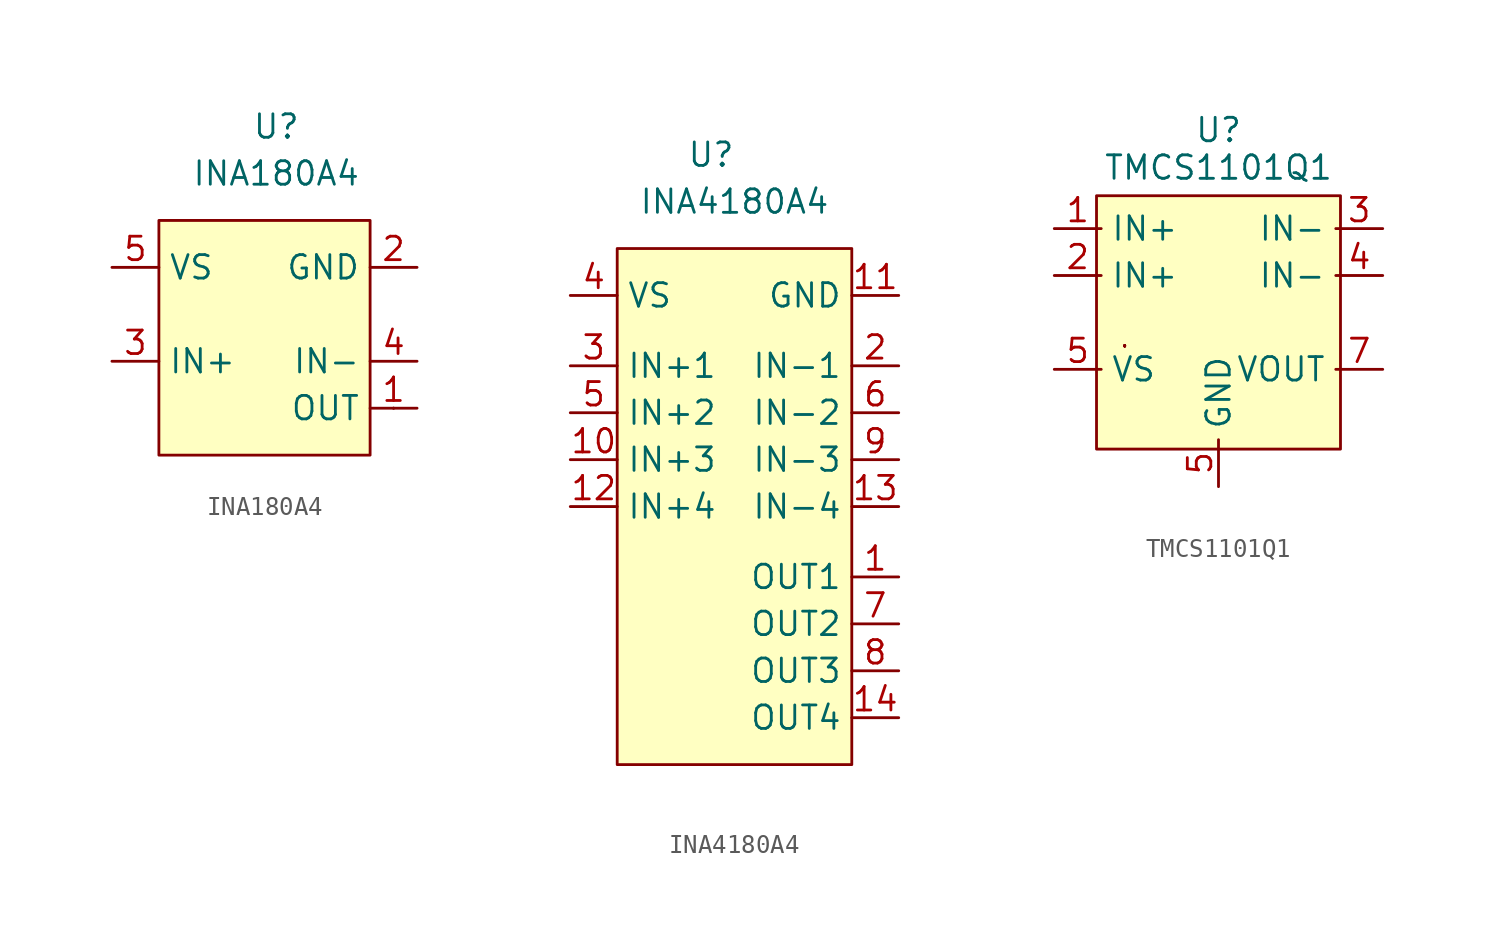
<source format=kicad_sym>
(kicad_symbol_lib
  (version 20211014)
  (generator kicad_symbol_editor)
  (symbol "INA180A4"
    (property "Reference" "U"
      (at 1.27 15.24 0)
      (effects (font (size 1.27 1.27))))
    (property "Value" "INA180A4"
      (at 1.27 12.7 0)
      (effects (font (size 1.27 1.27))))
    (symbol "INA180A4_0_1"
      (rectangle (start -5.08 10.16) (end 6.35 -2.54) (stroke (width 0) (type default) (color 0 0 0 0)) (fill (type background)))
      (rectangle (start 7.62 0) (end 7.62 0) (stroke (width 0) (type default) (color 0 0 0 0)) (fill (type none)))
      (rectangle (start 7.62 0) (end 7.62 0) (stroke (width 0) (type default) (color 0 0 0 0)) (fill (type none))))
    (symbol "INA180A4_1_1"
      (pin output line (at 8.89 0 180) (length 2.54) (name "OUT" (effects (font (size 1.27 1.27)))) (number "1" (effects (font (size 1.27 1.27)))))
      (pin power_in line (at 8.89 7.62 180) (length 2.54) (name "GND" (effects (font (size 1.27 1.27)))) (number "2" (effects (font (size 1.27 1.27)))))
      (pin power_in line (at -7.62 2.54 0) (length 2.54) (name "IN+" (effects (font (size 1.27 1.27)))) (number "3" (effects (font (size 1.27 1.27)))))
      (pin output line (at 8.89 2.54 180) (length 2.54) (name "IN-" (effects (font (size 1.27 1.27)))) (number "4" (effects (font (size 1.27 1.27)))))
      (pin power_in line (at -7.62 7.62 0) (length 2.54) (name "VS" (effects (font (size 1.27 1.27)))) (number "5" (effects (font (size 1.27 1.27)))))))
  (symbol "INA4180A4"
    (property "Reference" "U"
      (at 0 26.67 0)
      (effects (font (size 1.27 1.27))))
    (property "Value" "INA4180A4"
      (at 1.27 24.13 0)
      (effects (font (size 1.27 1.27))))
    (symbol "INA4180A4_0_1"
      (rectangle (start -5.08 21.59) (end 7.62 -6.35) (stroke (width 0) (type default) (color 0 0 0 0)) (fill (type background))))
    (symbol "INA4180A4_1_1"
      (pin output line (at 10.16 3.81 180) (length 2.54) (name "OUT1" (effects (font (size 1.27 1.27)))) (number "1" (effects (font (size 1.27 1.27)))))
      (pin input line (at -7.62 10.16 0) (length 2.54) (name "IN+3" (effects (font (size 1.27 1.27)))) (number "10" (effects (font (size 1.27 1.27)))))
      (pin power_in line (at 10.16 19.05 180) (length 2.54) (name "GND" (effects (font (size 1.27 1.27)))) (number "11" (effects (font (size 1.27 1.27)))))
      (pin input line (at -7.62 7.62 0) (length 2.54) (name "IN+4" (effects (font (size 1.27 1.27)))) (number "12" (effects (font (size 1.27 1.27)))))
      (pin output line (at 10.16 7.62 180) (length 2.54) (name "IN-4" (effects (font (size 1.27 1.27)))) (number "13" (effects (font (size 1.27 1.27)))))
      (pin output line (at 10.16 -3.81 180) (length 2.54) (name "OUT4" (effects (font (size 1.27 1.27)))) (number "14" (effects (font (size 1.27 1.27)))))
      (pin output line (at 10.16 15.24 180) (length 2.54) (name "IN-1" (effects (font (size 1.27 1.27)))) (number "2" (effects (font (size 1.27 1.27)))))
      (pin input line (at -7.62 15.24 0) (length 2.54) (name "IN+1" (effects (font (size 1.27 1.27)))) (number "3" (effects (font (size 1.27 1.27)))))
      (pin power_in line (at -7.62 19.05 0) (length 2.54) (name "VS" (effects (font (size 1.27 1.27)))) (number "4" (effects (font (size 1.27 1.27)))))
      (pin input line (at -7.62 12.7 0) (length 2.54) (name "IN+2" (effects (font (size 1.27 1.27)))) (number "5" (effects (font (size 1.27 1.27)))))
      (pin output line (at 10.16 12.7 180) (length 2.54) (name "IN-2" (effects (font (size 1.27 1.27)))) (number "6" (effects (font (size 1.27 1.27)))))
      (pin output line (at 10.16 1.27 180) (length 2.54) (name "OUT2" (effects (font (size 1.27 1.27)))) (number "7" (effects (font (size 1.27 1.27)))))
      (pin output line (at 10.16 -1.27 180) (length 2.54) (name "OUT3" (effects (font (size 1.27 1.27)))) (number "8" (effects (font (size 1.27 1.27)))))
      (pin output line (at 10.16 10.16 180) (length 2.54) (name "IN-3" (effects (font (size 1.27 1.27)))) (number "9" (effects (font (size 1.27 1.27)))))))
  (symbol "TMCS1101Q1"
    (property "Reference" "U"
      (at 0 9.144 0)
      (effects (font (size 1.27 1.27))))
    (property "Value" "TMCS1101Q1"
      (at 0 7.112 0)
      (effects (font (size 1.27 1.27))))
    (symbol "TMCS1101Q1_0_1"
      (rectangle (start -6.604 5.588) (end 6.604 -8.128) (stroke (width 0) (type default) (color 0 0 0 0)) (fill (type background)))
      (rectangle (start -5.08 -2.54) (end -5.08 -2.54) (stroke (width 0) (type default) (color 0 0 0 0)) (fill (type none)))
      (rectangle (start -5.08 -2.54) (end -5.08 -2.54) (stroke (width 0) (type default) (color 0 0 0 0)) (fill (type none)))
      (rectangle (start -5.08 -2.54) (end -5.08 -2.54) (stroke (width 0) (type default) (color 0 0 0 0)) (fill (type none)))
      (rectangle (start -5.08 -2.54) (end -5.08 -2.54) (stroke (width 0) (type default) (color 0 0 0 0)) (fill (type none)))
      (rectangle (start -5.08 -2.54) (end -5.08 -2.54) (stroke (width 0) (type default) (color 0 0 0 0)) (fill (type none)))
      (rectangle (start -5.08 -2.54) (end -5.08 -2.54) (stroke (width 0) (type default) (color 0 0 0 0)) (fill (type none)))
      (rectangle (start -5.08 -2.54) (end -5.08 -2.54) (stroke (width 0) (type default) (color 0 0 0 0)) (fill (type none)))
      (rectangle (start -5.08 -2.54) (end -5.08 -2.54) (stroke (width 0) (type default) (color 0 0 0 0)) (fill (type none)))
      (rectangle (start -5.08 -2.54) (end -5.08 -2.54) (stroke (width 0) (type default) (color 0 0 0 0)) (fill (type none)))
      (rectangle (start -5.08 -2.54) (end -5.08 -2.54) (stroke (width 0) (type default) (color 0 0 0 0)) (fill (type none)))
      (rectangle (start -5.08 -2.54) (end -5.08 -2.54) (stroke (width 0) (type default) (color 0 0 0 0)) (fill (type none)))
      (rectangle (start -5.08 -2.54) (end -5.08 -2.54) (stroke (width 0) (type default) (color 0 0 0 0)) (fill (type none)))
      (rectangle (start -5.08 -2.54) (end -5.08 -2.54) (stroke (width 0) (type default) (color 0 0 0 0)) (fill (type none)))
      (rectangle (start -5.08 -2.54) (end -5.08 -2.54) (stroke (width 0) (type default) (color 0 0 0 0)) (fill (type none)))
      (rectangle (start -5.08 -2.54) (end -5.08 -2.54) (stroke (width 0) (type default) (color 0 0 0 0)) (fill (type none)))
      (rectangle (start -5.08 -2.54) (end -5.08 -2.54) (stroke (width 0) (type default) (color 0 0 0 0)) (fill (type none))))
    (symbol "TMCS1101Q1_1_1"
      (pin passive line (at -8.89 3.81 0) (length 2.54) (name "IN+" (effects (font (size 1.27 1.27)))) (number "1" (effects (font (size 1.27 1.27)))))
      (pin passive line (at -8.89 1.27 0) (length 2.54) (name "IN+" (effects (font (size 1.27 1.27)))) (number "2" (effects (font (size 1.27 1.27)))))
      (pin passive line (at 8.89 3.81 180) (length 2.54) (name "IN-" (effects (font (size 1.27 1.27)))) (number "3" (effects (font (size 1.27 1.27)))))
      (pin passive line (at 8.89 1.27 180) (length 2.54) (name "IN-" (effects (font (size 1.27 1.27)))) (number "4" (effects (font (size 1.27 1.27)))))
      (pin passive line (at 0 -10.16 90) (length 2.54) (name "GND" (effects (font (size 1.27 1.27)))) (number "5" (effects (font (size 1.27 1.27)))))
      (pin passive line (at -8.89 -3.81 0) (length 2.54) (name "VS" (effects (font (size 1.27 1.27)))) (number "5" (effects (font (size 1.27 1.27)))))
      (pin passive line (at 0 -10.16 90) (length 2.54) hide (name "NC" (effects (font (size 1.27 1.27)))) (number "6" (effects (font (size 1.27 1.27)))))
      (pin passive line (at 8.89 -3.81 180) (length 2.54) (name "VOUT" (effects (font (size 1.27 1.27)))) (number "7" (effects (font (size 1.27 1.27))))))))
</source>
